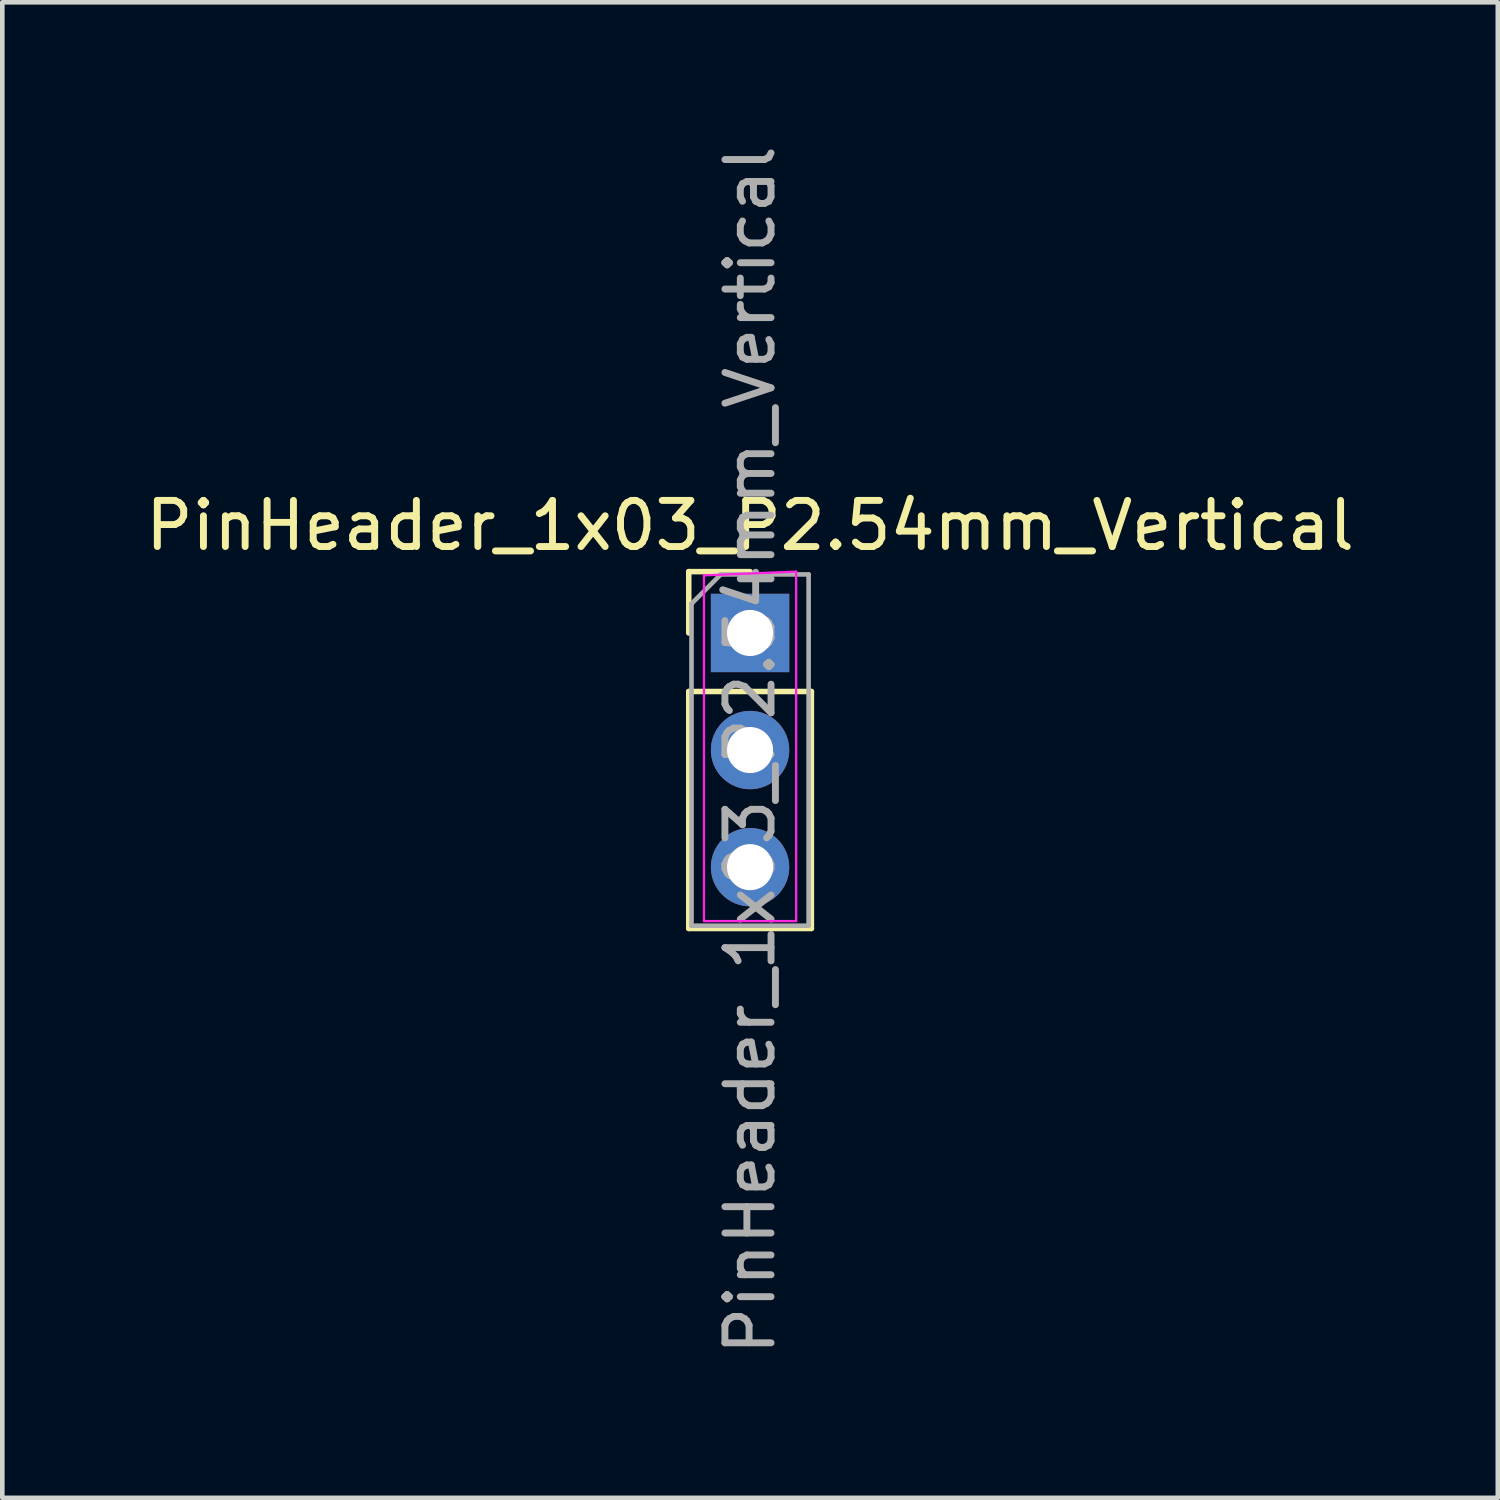
<source format=kicad_pcb>
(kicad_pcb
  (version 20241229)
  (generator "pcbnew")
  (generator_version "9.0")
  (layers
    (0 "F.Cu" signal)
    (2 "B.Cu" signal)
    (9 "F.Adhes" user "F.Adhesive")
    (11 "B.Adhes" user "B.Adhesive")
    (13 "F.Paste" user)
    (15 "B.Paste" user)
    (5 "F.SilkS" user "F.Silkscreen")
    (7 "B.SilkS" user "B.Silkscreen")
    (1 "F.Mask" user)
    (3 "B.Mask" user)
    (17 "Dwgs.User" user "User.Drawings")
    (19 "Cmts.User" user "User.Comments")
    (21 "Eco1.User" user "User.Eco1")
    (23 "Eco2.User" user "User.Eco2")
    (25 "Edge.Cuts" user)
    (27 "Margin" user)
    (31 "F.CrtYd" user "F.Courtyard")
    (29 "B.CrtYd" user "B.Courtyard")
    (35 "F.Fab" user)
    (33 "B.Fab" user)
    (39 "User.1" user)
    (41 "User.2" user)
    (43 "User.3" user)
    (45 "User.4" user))
  (footprint "PinHeader_1x03_P2.54mm_Vertical"
    (layer "F.Cu")
    (at 13.22 10.68)
    (property "Reference" "PinHeader_1x03_P2.54mm_Vertical" (at 0 -2.33 0) (layer "F.SilkS") (effects (font (size 1 1) (thickness 0.15))))
    (attr through_hole)
    (fp_line (start -1.33 -1.33) (end 0 -1.33) (stroke (width 0.12) (type solid)) (layer "F.SilkS"))
    (fp_line (start -1.33 0) (end -1.33 -1.33) (stroke (width 0.12) (type solid)) (layer "F.SilkS"))
    (fp_line (start -1.33 1.27) (end -1.33 6.41) (stroke (width 0.12) (type solid)) (layer "F.SilkS"))
    (fp_line (start -1.33 1.27) (end 1.33 1.27) (stroke (width 0.12) (type solid)) (layer "F.SilkS"))
    (fp_line (start -1.33 6.41) (end 1.33 6.41) (stroke (width 0.12) (type solid)) (layer "F.SilkS"))
    (fp_line (start 1.33 1.27) (end 1.33 6.41) (stroke (width 0.12) (type solid)) (layer "F.SilkS"))
    (fp_line (start -1 -1.25) (end -1 6.25) (stroke (width 0.05) (type solid)) (layer "F.CrtYd"))
    (fp_line (start -1 6.25) (end 1 6.25) (stroke (width 0.05) (type solid)) (layer "F.CrtYd"))
    (fp_line (start 1 -1.33) (end -1 -1.25) (stroke (width 0.05) (type solid)) (layer "F.CrtYd"))
    (fp_line (start 1 6.25) (end 1 -1.33) (stroke (width 0.05) (type solid)) (layer "F.CrtYd"))
    (fp_line (start -1.27 -0.635) (end -0.635 -1.27) (stroke (width 0.1) (type solid)) (layer "F.Fab"))
    (fp_line (start -1.27 6.35) (end -1.27 -0.635) (stroke (width 0.1) (type solid)) (layer "F.Fab"))
    (fp_line (start -0.635 -1.27) (end 1.27 -1.27) (stroke (width 0.1) (type solid)) (layer "F.Fab"))
    (fp_line (start 1.27 -1.27) (end 1.27 6.35) (stroke (width 0.1) (type solid)) (layer "F.Fab"))
    (fp_line (start 1.27 6.35) (end -1.27 6.35) (stroke (width 0.1) (type solid)) (layer "F.Fab"))
    (fp_text user "${REFERENCE}" (at 0 2.54 90) (layer "F.Fab") (effects (font (size 1 1) (thickness 0.15))))
    (pad "1" thru_hole rect (at 0 0) (size 1.7 1.7) (drill 1) (layers "*.Cu" "*.Mask"))
    (pad "2" thru_hole oval (at 0 2.54) (size 1.7 1.7) (drill 1) (layers "*.Cu" "*.Mask"))
    (pad "3" thru_hole oval (at 0 5.08) (size 1.7 1.7) (drill 1) (layers "*.Cu" "*.Mask")))
  (gr_rect
    (start -3 -3)
    (end 29.44 29.44)
    (stroke (width 0.1) (type default))
    (fill no)
    (layer "Edge.Cuts")))
</source>
